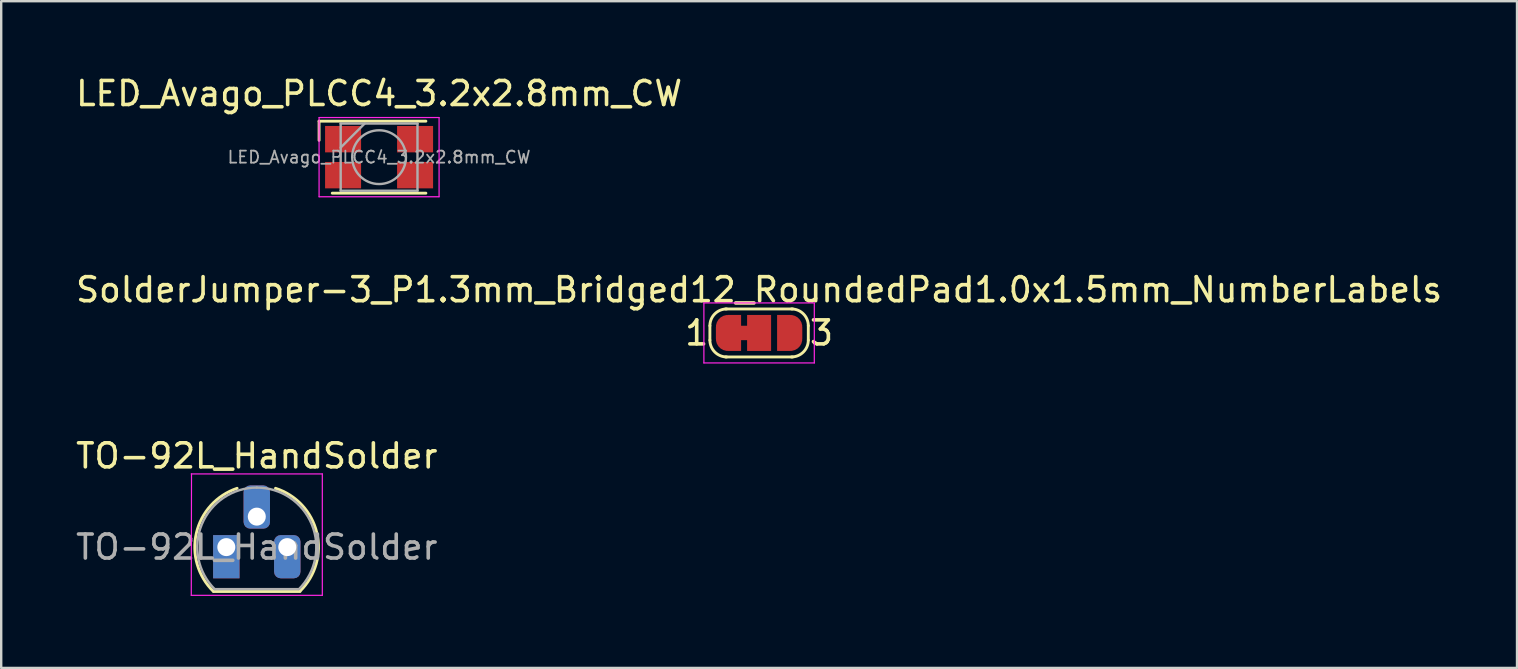
<source format=kicad_pcb>
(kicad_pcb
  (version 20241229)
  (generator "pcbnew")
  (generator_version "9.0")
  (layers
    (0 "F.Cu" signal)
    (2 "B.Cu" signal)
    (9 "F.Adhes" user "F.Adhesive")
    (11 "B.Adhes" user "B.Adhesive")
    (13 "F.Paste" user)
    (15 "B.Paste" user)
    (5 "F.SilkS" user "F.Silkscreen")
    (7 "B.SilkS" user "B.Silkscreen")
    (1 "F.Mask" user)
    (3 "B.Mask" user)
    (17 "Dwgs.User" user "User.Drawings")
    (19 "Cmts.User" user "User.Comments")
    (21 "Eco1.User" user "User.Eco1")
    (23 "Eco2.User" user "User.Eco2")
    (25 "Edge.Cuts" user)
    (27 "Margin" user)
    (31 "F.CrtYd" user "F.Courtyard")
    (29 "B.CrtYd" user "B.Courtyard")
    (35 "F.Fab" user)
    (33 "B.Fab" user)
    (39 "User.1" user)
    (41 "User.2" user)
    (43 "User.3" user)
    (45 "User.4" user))
  (footprint "TO-92L_HandSolder"
    (layer "F.Cu")
    (at 6.379 19.745)
    (property "Reference" "TO-92L_HandSolder" (at 1.27 -3.8 0) (layer "F.SilkS") (effects (font (size 1 1) (thickness 0.15))))
    (attr through_hole)
    (fp_line (start -0.53 1.85) (end 3.07 1.85) (stroke (width 0.12) (type solid)) (layer "F.SilkS"))
    (fp_arc (start -0.541453 1.842156) (mid -1.247298 -0.581475) (end 0.45 -2.45) (stroke (width 0.12) (type solid)) (layer "F.SilkS"))
    (fp_arc (start 2.05 -2.45) (mid 3.769931 -0.601036) (end 3.078445 1.827684) (stroke (width 0.12) (type solid)) (layer "F.SilkS"))
    (fp_line (start -1.46 -3.05) (end 4 -3.05) (stroke (width 0.05) (type solid)) (layer "F.CrtYd"))
    (fp_line (start -1.45 -3.05) (end -1.46 2.01) (stroke (width 0.05) (type solid)) (layer "F.CrtYd"))
    (fp_line (start 4 2.01) (end -1.46 2.01) (stroke (width 0.05) (type solid)) (layer "F.CrtYd"))
    (fp_line (start 4 2.01) (end 4 -3.05) (stroke (width 0.05) (type solid)) (layer "F.CrtYd"))
    (fp_line (start -0.5 1.75) (end 3 1.75) (stroke (width 0.1) (type solid)) (layer "F.Fab"))
    (fp_arc (start -0.483625 1.753625) (mid -1.021221 -0.949055) (end 1.27 -2.48) (stroke (width 0.1) (type solid)) (layer "F.Fab"))
    (fp_arc (start 1.27 -2.48) (mid 3.561221 -0.949055) (end 3.023625 1.753625) (stroke (width 0.1) (type solid)) (layer "F.Fab"))
    (fp_text user "${REFERENCE}" (at 1.27 0 0) (layer "F.Fab") (effects (font (size 1 1) (thickness 0.15))))
    (pad "1" thru_hole rect (at 0 0) (size 1.1 1.8) (drill 0.75 (offset 0 0.4)) (layers "*.Cu" "*.Mask"))
    (pad "2" thru_hole roundrect (at 1.27 -1.27) (size 1.1 1.8) (drill 0.75 (offset 0 -0.4)) (layers "*.Cu" "*.Mask") (roundrect_rratio 0.25))
    (pad "3" thru_hole roundrect (at 2.54 0) (size 1.1 1.8) (drill 0.75 (offset 0 0.4)) (layers "*.Cu" "*.Mask") (roundrect_rratio 0.25)))
  (footprint "LED_Avago_PLCC4_3.2x2.8mm_CW"
    (layer "F.Cu")
    (at 12.744 3.498)
    (property "Reference" "LED_Avago_PLCC4_3.2x2.8mm_CW" (at 0 -2.65 0) (layer "F.SilkS") (effects (font (size 1 1) (thickness 0.15))))
    (attr smd)
    (fp_line (start -2.5 -1.5) (end 1.95 -1.5) (stroke (width 0.12) (type solid)) (layer "F.SilkS"))
    (fp_line (start -2.5 -0.7) (end -2.5 -1.5) (stroke (width 0.12) (type solid)) (layer "F.SilkS"))
    (fp_line (start -1.95 1.5) (end 1.95 1.5) (stroke (width 0.12) (type solid)) (layer "F.SilkS"))
    (fp_line (start -2.5 -1.65) (end -2.5 1.65) (stroke (width 0.05) (type solid)) (layer "F.CrtYd"))
    (fp_line (start -2.5 -1.65) (end 2.5 -1.65) (stroke (width 0.05) (type solid)) (layer "F.CrtYd"))
    (fp_line (start 2.5 1.65) (end -2.5 1.65) (stroke (width 0.05) (type solid)) (layer "F.CrtYd"))
    (fp_line (start 2.5 1.65) (end 2.5 -1.65) (stroke (width 0.05) (type solid)) (layer "F.CrtYd"))
    (fp_line (start -1.6 -1.4) (end -1.6 1.4) (stroke (width 0.1) (type solid)) (layer "F.Fab"))
    (fp_line (start -1.6 1.4) (end 1.6 1.4) (stroke (width 0.1) (type solid)) (layer "F.Fab"))
    (fp_line (start -0.6 -1.4) (end -1.6 -0.4) (stroke (width 0.1) (type solid)) (layer "F.Fab"))
    (fp_line (start 1.6 -1.4) (end -1.6 -1.4) (stroke (width 0.1) (type solid)) (layer "F.Fab"))
    (fp_line (start 1.6 1.4) (end 1.6 -1.4) (stroke (width 0.1) (type solid)) (layer "F.Fab"))
    (fp_circle (center 0 0) (end 1.12 0) (stroke (width 0.1) (type solid)) (fill no) (layer "F.Fab"))
    (fp_text user "${REFERENCE}" (at 0 0 0) (layer "F.Fab") (effects (font (size 0.5 0.5) (thickness 0.075))))
    (pad "1" smd rect (at -1.5 -0.75) (size 1.5 1.1) (layers "F.Cu" "F.Mask" "F.Paste"))
    (pad "2" smd rect (at 1.5 -0.75) (size 1.5 1.1) (layers "F.Cu" "F.Mask" "F.Paste"))
    (pad "3" smd rect (at 1.5 0.75) (size 1.5 1.1) (layers "F.Cu" "F.Mask" "F.Paste"))
    (pad "4" smd rect (at -1.5 0.75) (size 1.5 1.1) (layers "F.Cu" "F.Mask" "F.Paste")))
  (footprint "SolderJumper-3_P1.3mm_Bridged12_RoundedPad1.0x1.5mm_NumberLabels"
    (layer "F.Cu")
    (at 28.577 10.822)
    (property "Reference" "SolderJumper-3_P1.3mm_Bridged12_RoundedPad1.0x1.5mm_NumberLabels" (at 0 -1.8 0) (layer "F.SilkS") (effects (font (size 1 1) (thickness 0.15))))
    (attr exclude_from_pos_files exclude_from_bom)
    (fp_poly (pts (xy -0.9 -0.3) (xy -0.4 -0.3) (xy -0.4 0.3) (xy -0.9 0.3)) (stroke (width 0) (type solid)) (fill yes) (layer "F.Cu"))
    (fp_line (start -2.05 0.3) (end -2.05 -0.3) (stroke (width 0.12) (type solid)) (layer "F.SilkS"))
    (fp_line (start -1.4 -1) (end 1.4 -1) (stroke (width 0.12) (type solid)) (layer "F.SilkS"))
    (fp_line (start 1.4 1) (end -1.4 1) (stroke (width 0.12) (type solid)) (layer "F.SilkS"))
    (fp_line (start 2.05 -0.3) (end 2.05 0.3) (stroke (width 0.12) (type solid)) (layer "F.SilkS"))
    (fp_arc (start -2.05 -0.3) (mid -1.844975 -0.794975) (end -1.35 -1) (stroke (width 0.12) (type solid)) (layer "F.SilkS"))
    (fp_arc (start -1.35 1) (mid -1.844975 0.794975) (end -2.05 0.3) (stroke (width 0.12) (type solid)) (layer "F.SilkS"))
    (fp_arc (start 1.35 -1) (mid 1.844975 -0.794975) (end 2.05 -0.3) (stroke (width 0.12) (type solid)) (layer "F.SilkS"))
    (fp_arc (start 2.05 0.3) (mid 1.844975 0.794975) (end 1.35 1) (stroke (width 0.12) (type solid)) (layer "F.SilkS"))
    (fp_line (start -2.3 -1.25) (end -2.3 1.25) (stroke (width 0.05) (type solid)) (layer "F.CrtYd"))
    (fp_line (start -2.3 -1.25) (end 2.3 -1.25) (stroke (width 0.05) (type solid)) (layer "F.CrtYd"))
    (fp_line (start 2.3 1.25) (end -2.3 1.25) (stroke (width 0.05) (type solid)) (layer "F.CrtYd"))
    (fp_line (start 2.3 1.25) (end 2.3 -1.25) (stroke (width 0.05) (type solid)) (layer "F.CrtYd"))
    (fp_text user "1" (at -2.6 0 0) (layer "F.SilkS") (effects (font (size 1 1) (thickness 0.15))))
    (fp_text user "3" (at 2.6 0 0) (layer "F.SilkS") (effects (font (size 1 1) (thickness 0.15))))
    (pad "1" smd custom (at -1.3 0) (size 1 0.5) (layers "F.Cu" "F.Mask") (options (anchor rect)) (primitives (gr_poly (pts (xy 0.55 -0.75) (xy 0 -0.75) (xy 0 0.75) (xy 0.55 0.75)) (width 0) (fill yes)) (gr_circle (center 0 0.25) (end 0.5 0.25) (width 0) (fill yes)) (gr_circle (center 0 -0.25) (end 0.5 -0.25) (width 0) (fill yes))))
    (pad "2" smd rect (at 0 0) (size 1 1.5) (layers "F.Cu" "F.Mask"))
    (pad "3" smd custom (at 1.3 0) (size 1 0.5) (layers "F.Cu" "F.Mask") (options (anchor rect)) (primitives (gr_circle (center 0 0.25) (end 0.5 0.25) (width 0) (fill yes)) (gr_circle (center 0 -0.25) (end 0.5 -0.25) (width 0) (fill yes)) (gr_poly (pts (xy -0.55 -0.75) (xy 0 -0.75) (xy 0 0.75) (xy -0.55 0.75)) (width 0) (fill yes)))))
  (gr_rect
    (start -3 -3)
    (end 60.155 24.78)
    (stroke (width 0.1) (type default))
    (fill no)
    (layer "Edge.Cuts")))
</source>
